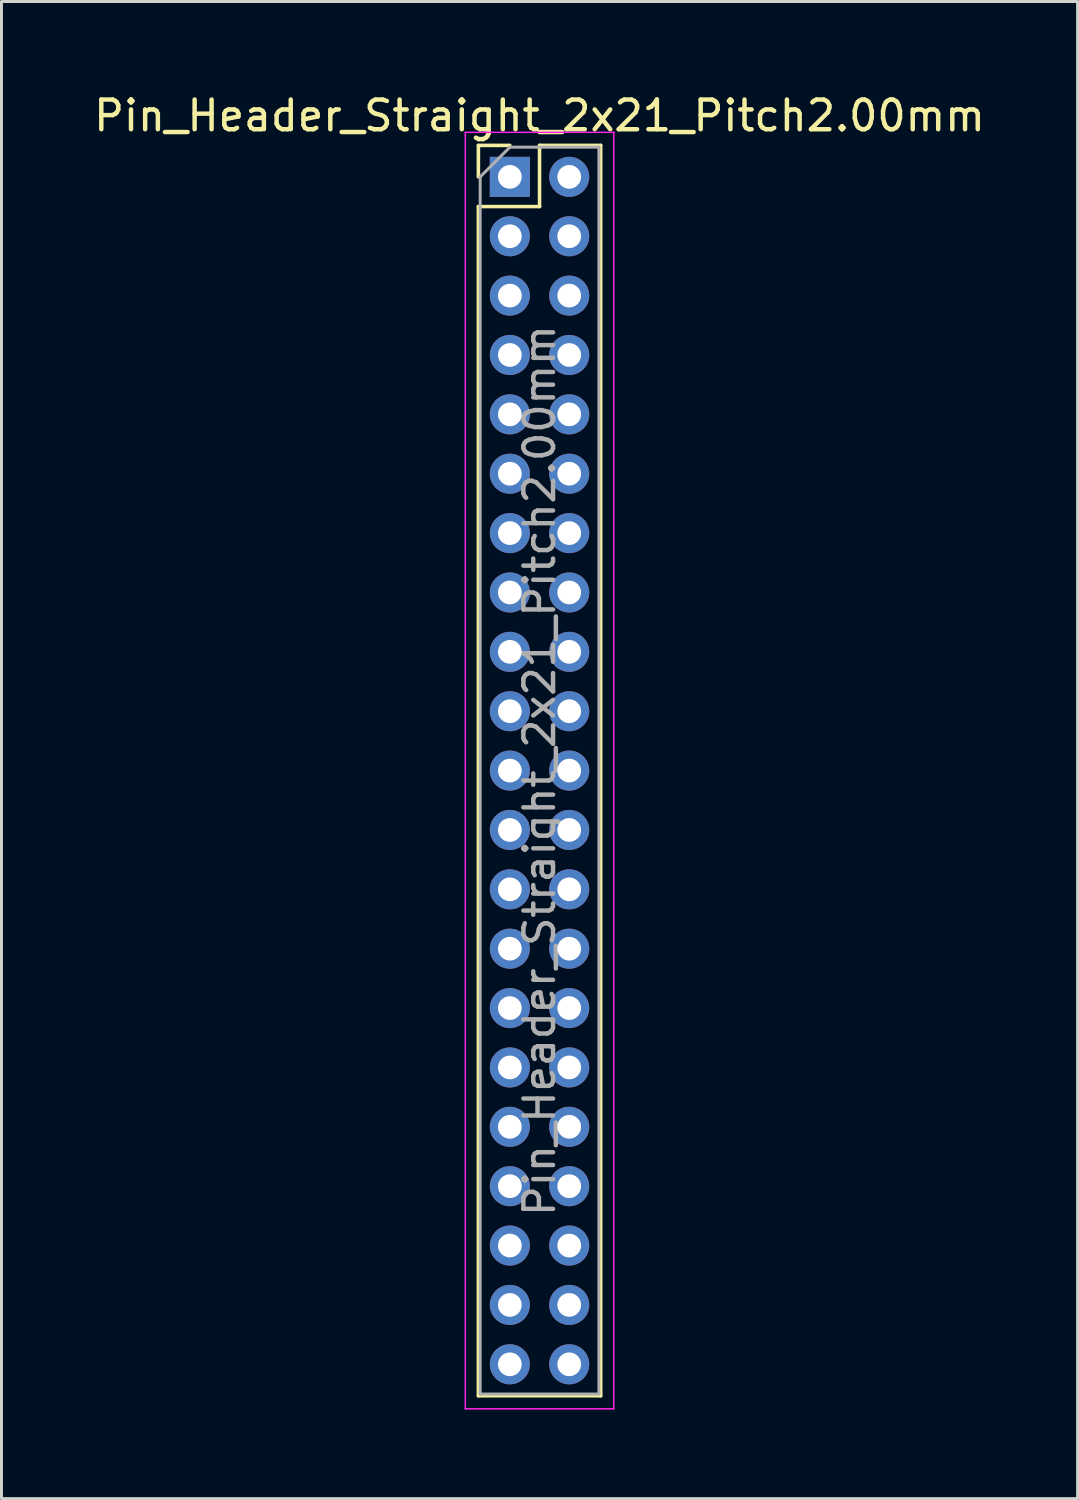
<source format=kicad_pcb>
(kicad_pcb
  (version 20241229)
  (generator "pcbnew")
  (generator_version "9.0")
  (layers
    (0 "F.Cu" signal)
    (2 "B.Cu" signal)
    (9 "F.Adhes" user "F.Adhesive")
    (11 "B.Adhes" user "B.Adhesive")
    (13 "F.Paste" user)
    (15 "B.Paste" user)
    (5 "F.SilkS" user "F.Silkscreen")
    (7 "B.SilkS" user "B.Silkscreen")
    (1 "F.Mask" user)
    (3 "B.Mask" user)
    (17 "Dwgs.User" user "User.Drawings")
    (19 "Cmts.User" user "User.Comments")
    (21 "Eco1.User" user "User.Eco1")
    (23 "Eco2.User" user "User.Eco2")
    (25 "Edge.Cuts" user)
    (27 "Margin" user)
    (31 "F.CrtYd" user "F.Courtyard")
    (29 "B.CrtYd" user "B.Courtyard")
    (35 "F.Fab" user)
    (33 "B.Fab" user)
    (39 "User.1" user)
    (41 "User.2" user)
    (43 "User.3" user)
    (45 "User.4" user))
  (footprint "Pin_Header_Straight_2x21_Pitch2.00mm"
    (layer "F.Cu")
    (at 14.125 2.908)
    (property "Reference" "Pin_Header_Straight_2x21_Pitch2.00mm" (at 1 -2.06 0) (layer "F.SilkS") (effects (font (size 1 1) (thickness 0.15))))
    (attr through_hole)
    (fp_line (start -1.06 -1.06) (end 0 -1.06) (stroke (width 0.12) (type solid)) (layer "F.SilkS"))
    (fp_line (start -1.06 0) (end -1.06 -1.06) (stroke (width 0.12) (type solid)) (layer "F.SilkS"))
    (fp_line (start -1.06 1) (end -1.06 41.06) (stroke (width 0.12) (type solid)) (layer "F.SilkS"))
    (fp_line (start -1.06 41.06) (end 3.06 41.06) (stroke (width 0.12) (type solid)) (layer "F.SilkS"))
    (fp_line (start 1 -1.06) (end 1 1) (stroke (width 0.12) (type solid)) (layer "F.SilkS"))
    (fp_line (start 1 1) (end -1.06 1) (stroke (width 0.12) (type solid)) (layer "F.SilkS"))
    (fp_line (start 3.06 -1.06) (end 1 -1.06) (stroke (width 0.12) (type solid)) (layer "F.SilkS"))
    (fp_line (start 3.06 41.06) (end 3.06 -1.06) (stroke (width 0.12) (type solid)) (layer "F.SilkS"))
    (fp_line (start -1.5 -1.5) (end -1.5 41.5) (stroke (width 0.05) (type solid)) (layer "F.CrtYd"))
    (fp_line (start -1.5 41.5) (end 3.5 41.5) (stroke (width 0.05) (type solid)) (layer "F.CrtYd"))
    (fp_line (start 3.5 -1.5) (end -1.5 -1.5) (stroke (width 0.05) (type solid)) (layer "F.CrtYd"))
    (fp_line (start 3.5 41.5) (end 3.5 -1.5) (stroke (width 0.05) (type solid)) (layer "F.CrtYd"))
    (fp_line (start -1 0) (end 0 -1) (stroke (width 0.1) (type solid)) (layer "F.Fab"))
    (fp_line (start -1 41) (end -1 0) (stroke (width 0.1) (type solid)) (layer "F.Fab"))
    (fp_line (start 0 -1) (end 3 -1) (stroke (width 0.1) (type solid)) (layer "F.Fab"))
    (fp_line (start 3 -1) (end 3 41) (stroke (width 0.1) (type solid)) (layer "F.Fab"))
    (fp_line (start 3 41) (end -1 41) (stroke (width 0.1) (type solid)) (layer "F.Fab"))
    (fp_text user "${REFERENCE}" (at 1 20 90) (layer "F.Fab") (effects (font (size 1 1) (thickness 0.15))))
    (pad "1" thru_hole rect (at 0 0) (size 1.35 1.35) (drill 0.8) (layers "*.Cu" "*.Mask"))
    (pad "2" thru_hole oval (at 2 0) (size 1.35 1.35) (drill 0.8) (layers "*.Cu" "*.Mask"))
    (pad "3" thru_hole oval (at 0 2) (size 1.35 1.35) (drill 0.8) (layers "*.Cu" "*.Mask"))
    (pad "4" thru_hole oval (at 2 2) (size 1.35 1.35) (drill 0.8) (layers "*.Cu" "*.Mask"))
    (pad "5" thru_hole oval (at 0 4) (size 1.35 1.35) (drill 0.8) (layers "*.Cu" "*.Mask"))
    (pad "6" thru_hole oval (at 2 4) (size 1.35 1.35) (drill 0.8) (layers "*.Cu" "*.Mask"))
    (pad "7" thru_hole oval (at 0 6) (size 1.35 1.35) (drill 0.8) (layers "*.Cu" "*.Mask"))
    (pad "8" thru_hole oval (at 2 6) (size 1.35 1.35) (drill 0.8) (layers "*.Cu" "*.Mask"))
    (pad "9" thru_hole oval (at 0 8) (size 1.35 1.35) (drill 0.8) (layers "*.Cu" "*.Mask"))
    (pad "10" thru_hole oval (at 2 8) (size 1.35 1.35) (drill 0.8) (layers "*.Cu" "*.Mask"))
    (pad "11" thru_hole oval (at 0 10) (size 1.35 1.35) (drill 0.8) (layers "*.Cu" "*.Mask"))
    (pad "12" thru_hole oval (at 2 10) (size 1.35 1.35) (drill 0.8) (layers "*.Cu" "*.Mask"))
    (pad "13" thru_hole oval (at 0 12) (size 1.35 1.35) (drill 0.8) (layers "*.Cu" "*.Mask"))
    (pad "14" thru_hole oval (at 2 12) (size 1.35 1.35) (drill 0.8) (layers "*.Cu" "*.Mask"))
    (pad "15" thru_hole oval (at 0 14) (size 1.35 1.35) (drill 0.8) (layers "*.Cu" "*.Mask"))
    (pad "16" thru_hole oval (at 2 14) (size 1.35 1.35) (drill 0.8) (layers "*.Cu" "*.Mask"))
    (pad "17" thru_hole oval (at 0 16) (size 1.35 1.35) (drill 0.8) (layers "*.Cu" "*.Mask"))
    (pad "18" thru_hole oval (at 2 16) (size 1.35 1.35) (drill 0.8) (layers "*.Cu" "*.Mask"))
    (pad "19" thru_hole oval (at 0 18) (size 1.35 1.35) (drill 0.8) (layers "*.Cu" "*.Mask"))
    (pad "20" thru_hole oval (at 2 18) (size 1.35 1.35) (drill 0.8) (layers "*.Cu" "*.Mask"))
    (pad "21" thru_hole oval (at 0 20) (size 1.35 1.35) (drill 0.8) (layers "*.Cu" "*.Mask"))
    (pad "22" thru_hole oval (at 2 20) (size 1.35 1.35) (drill 0.8) (layers "*.Cu" "*.Mask"))
    (pad "23" thru_hole oval (at 0 22) (size 1.35 1.35) (drill 0.8) (layers "*.Cu" "*.Mask"))
    (pad "24" thru_hole oval (at 2 22) (size 1.35 1.35) (drill 0.8) (layers "*.Cu" "*.Mask"))
    (pad "25" thru_hole oval (at 0 24) (size 1.35 1.35) (drill 0.8) (layers "*.Cu" "*.Mask"))
    (pad "26" thru_hole oval (at 2 24) (size 1.35 1.35) (drill 0.8) (layers "*.Cu" "*.Mask"))
    (pad "27" thru_hole oval (at 0 26) (size 1.35 1.35) (drill 0.8) (layers "*.Cu" "*.Mask"))
    (pad "28" thru_hole oval (at 2 26) (size 1.35 1.35) (drill 0.8) (layers "*.Cu" "*.Mask"))
    (pad "29" thru_hole oval (at 0 28) (size 1.35 1.35) (drill 0.8) (layers "*.Cu" "*.Mask"))
    (pad "30" thru_hole oval (at 2 28) (size 1.35 1.35) (drill 0.8) (layers "*.Cu" "*.Mask"))
    (pad "31" thru_hole oval (at 0 30) (size 1.35 1.35) (drill 0.8) (layers "*.Cu" "*.Mask"))
    (pad "32" thru_hole oval (at 2 30) (size 1.35 1.35) (drill 0.8) (layers "*.Cu" "*.Mask"))
    (pad "33" thru_hole oval (at 0 32) (size 1.35 1.35) (drill 0.8) (layers "*.Cu" "*.Mask"))
    (pad "34" thru_hole oval (at 2 32) (size 1.35 1.35) (drill 0.8) (layers "*.Cu" "*.Mask"))
    (pad "35" thru_hole oval (at 0 34) (size 1.35 1.35) (drill 0.8) (layers "*.Cu" "*.Mask"))
    (pad "36" thru_hole oval (at 2 34) (size 1.35 1.35) (drill 0.8) (layers "*.Cu" "*.Mask"))
    (pad "37" thru_hole oval (at 0 36) (size 1.35 1.35) (drill 0.8) (layers "*.Cu" "*.Mask"))
    (pad "38" thru_hole oval (at 2 36) (size 1.35 1.35) (drill 0.8) (layers "*.Cu" "*.Mask"))
    (pad "39" thru_hole oval (at 0 38) (size 1.35 1.35) (drill 0.8) (layers "*.Cu" "*.Mask"))
    (pad "40" thru_hole oval (at 2 38) (size 1.35 1.35) (drill 0.8) (layers "*.Cu" "*.Mask"))
    (pad "41" thru_hole oval (at 0 40) (size 1.35 1.35) (drill 0.8) (layers "*.Cu" "*.Mask"))
    (pad "42" thru_hole oval (at 2 40) (size 1.35 1.35) (drill 0.8) (layers "*.Cu" "*.Mask")))
  (gr_rect
    (start -3 -3)
    (end 33.25 47.433)
    (stroke (width 0.1) (type default))
    (fill no)
    (layer "Edge.Cuts")))
</source>
